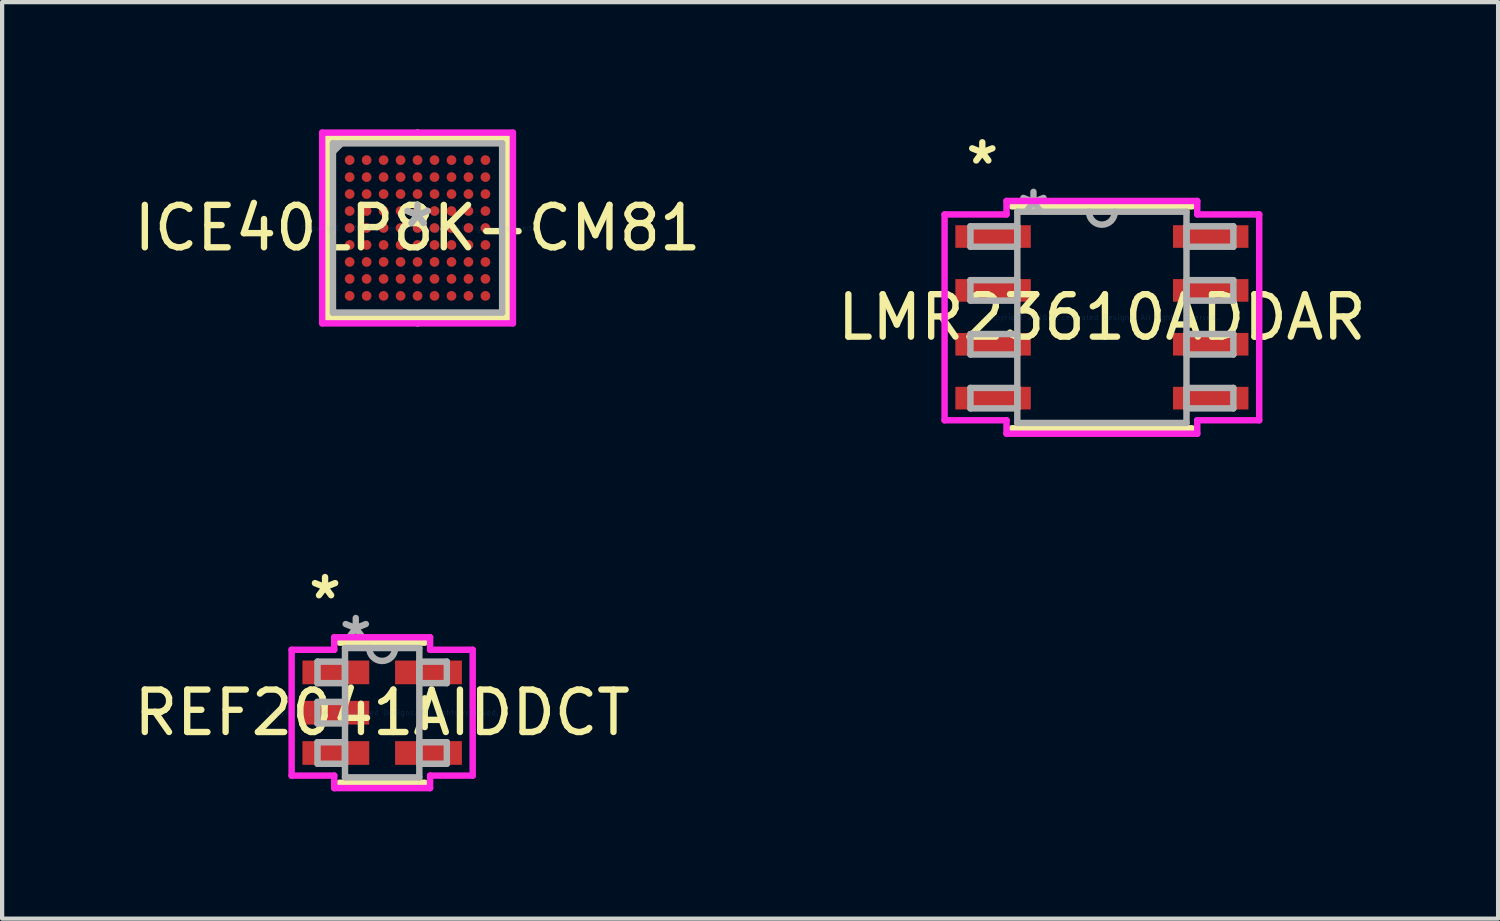
<source format=kicad_pcb>
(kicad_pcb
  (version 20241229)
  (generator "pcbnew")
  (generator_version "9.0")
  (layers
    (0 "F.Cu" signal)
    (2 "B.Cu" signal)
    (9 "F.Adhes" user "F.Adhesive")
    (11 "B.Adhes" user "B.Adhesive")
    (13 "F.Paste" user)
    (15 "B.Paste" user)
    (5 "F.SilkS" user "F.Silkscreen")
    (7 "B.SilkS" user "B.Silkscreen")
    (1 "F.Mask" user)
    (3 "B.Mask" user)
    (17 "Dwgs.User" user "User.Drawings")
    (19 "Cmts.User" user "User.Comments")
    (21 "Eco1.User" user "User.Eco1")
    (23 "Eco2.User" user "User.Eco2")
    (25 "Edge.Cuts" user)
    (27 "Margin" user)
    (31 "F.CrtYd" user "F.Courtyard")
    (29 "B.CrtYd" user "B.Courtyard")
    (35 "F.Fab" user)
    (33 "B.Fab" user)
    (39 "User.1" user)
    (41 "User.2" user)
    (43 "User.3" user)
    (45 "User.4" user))
  (footprint "REF2041AIDDCT"
    (layer "F.Cu")
    (at 5.958 13.749)
    (property "Reference" "REF2041AIDDCT" (at 0 0 0) (layer "F.SilkS") (effects (font (size 1 1) (thickness 0.15))))
    (attr through_hole)
    (fp_line (start -1.003 1.651) (end 1.003 1.651) (stroke (width 0.152) (type solid)) (layer "F.SilkS"))
    (fp_line (start 1.003 -1.651) (end -1.003 -1.651) (stroke (width 0.152) (type solid)) (layer "F.SilkS"))
    (fp_line (start 1.003 0.338) (end 1.003 -0.338) (stroke (width 0.152) (type solid)) (layer "F.SilkS"))
    (fp_line (start -2.134 -1.483) (end -1.13 -1.483) (stroke (width 0.152) (type solid)) (layer "F.CrtYd"))
    (fp_line (start -2.134 1.483) (end -2.134 -1.483) (stroke (width 0.152) (type solid)) (layer "F.CrtYd"))
    (fp_line (start -1.13 -1.778) (end 1.13 -1.778) (stroke (width 0.152) (type solid)) (layer "F.CrtYd"))
    (fp_line (start -1.13 -1.483) (end -1.13 -1.778) (stroke (width 0.152) (type solid)) (layer "F.CrtYd"))
    (fp_line (start -1.13 1.483) (end -2.134 1.483) (stroke (width 0.152) (type solid)) (layer "F.CrtYd"))
    (fp_line (start -1.13 1.778) (end -1.13 1.483) (stroke (width 0.152) (type solid)) (layer "F.CrtYd"))
    (fp_line (start 1.13 -1.778) (end 1.13 -1.483) (stroke (width 0.152) (type solid)) (layer "F.CrtYd"))
    (fp_line (start 1.13 -1.483) (end 2.134 -1.483) (stroke (width 0.152) (type solid)) (layer "F.CrtYd"))
    (fp_line (start 1.13 1.483) (end 1.13 1.778) (stroke (width 0.152) (type solid)) (layer "F.CrtYd"))
    (fp_line (start 1.13 1.778) (end -1.13 1.778) (stroke (width 0.152) (type solid)) (layer "F.CrtYd"))
    (fp_line (start 2.134 -1.483) (end 2.134 1.483) (stroke (width 0.152) (type solid)) (layer "F.CrtYd"))
    (fp_line (start 2.134 1.483) (end 1.13 1.483) (stroke (width 0.152) (type solid)) (layer "F.CrtYd"))
    (fp_line (start -1.524 -1.204) (end -1.524 -0.696) (stroke (width 0.152) (type solid)) (layer "F.Fab"))
    (fp_line (start -1.524 -0.696) (end -0.876 -0.696) (stroke (width 0.152) (type solid)) (layer "F.Fab"))
    (fp_line (start -1.524 -0.254) (end -1.524 0.254) (stroke (width 0.152) (type solid)) (layer "F.Fab"))
    (fp_line (start -1.524 0.254) (end -0.876 0.254) (stroke (width 0.152) (type solid)) (layer "F.Fab"))
    (fp_line (start -1.524 0.696) (end -1.524 1.204) (stroke (width 0.152) (type solid)) (layer "F.Fab"))
    (fp_line (start -1.524 1.204) (end -0.876 1.204) (stroke (width 0.152) (type solid)) (layer "F.Fab"))
    (fp_line (start -0.876 -1.524) (end -0.876 1.524) (stroke (width 0.152) (type solid)) (layer "F.Fab"))
    (fp_line (start -0.876 -1.204) (end -1.524 -1.204) (stroke (width 0.152) (type solid)) (layer "F.Fab"))
    (fp_line (start -0.876 -0.696) (end -0.876 -1.204) (stroke (width 0.152) (type solid)) (layer "F.Fab"))
    (fp_line (start -0.876 -0.254) (end -1.524 -0.254) (stroke (width 0.152) (type solid)) (layer "F.Fab"))
    (fp_line (start -0.876 0.254) (end -0.876 -0.254) (stroke (width 0.152) (type solid)) (layer "F.Fab"))
    (fp_line (start -0.876 0.696) (end -1.524 0.696) (stroke (width 0.152) (type solid)) (layer "F.Fab"))
    (fp_line (start -0.876 1.204) (end -0.876 0.696) (stroke (width 0.152) (type solid)) (layer "F.Fab"))
    (fp_line (start -0.876 1.524) (end 0.876 1.524) (stroke (width 0.152) (type solid)) (layer "F.Fab"))
    (fp_line (start 0.876 -1.524) (end -0.876 -1.524) (stroke (width 0.152) (type solid)) (layer "F.Fab"))
    (fp_line (start 0.876 -1.204) (end 0.876 -0.696) (stroke (width 0.152) (type solid)) (layer "F.Fab"))
    (fp_line (start 0.876 -0.696) (end 1.524 -0.696) (stroke (width 0.152) (type solid)) (layer "F.Fab"))
    (fp_line (start 0.876 0.696) (end 0.876 1.204) (stroke (width 0.152) (type solid)) (layer "F.Fab"))
    (fp_line (start 0.876 1.204) (end 1.524 1.204) (stroke (width 0.152) (type solid)) (layer "F.Fab"))
    (fp_line (start 0.876 1.524) (end 0.876 -1.524) (stroke (width 0.152) (type solid)) (layer "F.Fab"))
    (fp_line (start 1.524 -1.204) (end 0.876 -1.204) (stroke (width 0.152) (type solid)) (layer "F.Fab"))
    (fp_line (start 1.524 -0.696) (end 1.524 -1.204) (stroke (width 0.152) (type solid)) (layer "F.Fab"))
    (fp_line (start 1.524 0.696) (end 0.876 0.696) (stroke (width 0.152) (type solid)) (layer "F.Fab"))
    (fp_line (start 1.524 1.204) (end 1.524 0.696) (stroke (width 0.152) (type solid)) (layer "F.Fab"))
    (fp_arc (start 0.3048 -1.524) (mid 0 -1.2192) (end -0.3048 -1.524) (stroke (width 0.1524) (type solid)) (layer "F.Fab"))
    (fp_text user "*" (at -1.346 -2.652 0) (layer "F.SilkS") (effects (font (size 1 1) (thickness 0.15))))
    (fp_text user "Copyright 2016 Accelerated Designs. All rights reserved." (at 0 0 0) (layer "Cmts.User") (effects (font (size 0.127 0.127) (thickness 0.002))))
    (fp_text user "*" (at -0.622 -1.687 0) (layer "F.Fab") (effects (font (size 1 1) (thickness 0.15))))
    (pad "1" smd rect (at -1.092 -0.95) (size 1.575 0.559) (layers "F.Cu" "F.Mask" "F.Paste"))
    (pad "2" smd rect (at -1.092 0) (size 1.575 0.559) (layers "F.Cu" "F.Mask" "F.Paste"))
    (pad "3" smd rect (at -1.092 0.95) (size 1.575 0.559) (layers "F.Cu" "F.Mask" "F.Paste"))
    (pad "4" smd rect (at 1.092 0.95) (size 1.575 0.559) (layers "F.Cu" "F.Mask" "F.Paste"))
    (pad "5" smd rect (at 1.092 -0.95) (size 1.575 0.559) (layers "F.Cu" "F.Mask" "F.Paste")))
  (footprint "ICE40LP8K-CM81"
    (layer "F.Cu")
    (at 6.792 2.324)
    (property "Reference" "ICE40LP8K-CM81" (at 0 0 0) (layer "F.SilkS") (effects (font (size 1 1) (thickness 0.15))))
    (attr through_hole)
    (fp_line (start -2.121 -2.121) (end -2.121 2.121) (stroke (width 0.152) (type solid)) (layer "F.SilkS"))
    (fp_line (start -2.121 2.121) (end 2.121 2.121) (stroke (width 0.152) (type solid)) (layer "F.SilkS"))
    (fp_line (start -2.047 0) (end -2.248 0) (stroke (width 0.152) (type solid)) (layer "F.SilkS"))
    (fp_line (start 0 -2.047) (end 0 -2.248) (stroke (width 0.152) (type solid)) (layer "F.SilkS"))
    (fp_line (start 0 2.047) (end 0 2.248) (stroke (width 0.152) (type solid)) (layer "F.SilkS"))
    (fp_line (start 2.047 0) (end 2.248 0) (stroke (width 0.152) (type solid)) (layer "F.SilkS"))
    (fp_line (start 2.121 -2.121) (end -2.121 -2.121) (stroke (width 0.152) (type solid)) (layer "F.SilkS"))
    (fp_line (start 2.121 2.121) (end 2.121 -2.121) (stroke (width 0.152) (type solid)) (layer "F.SilkS"))
    (fp_line (start -2.248 -2.248) (end 2.248 -2.248) (stroke (width 0.152) (type solid)) (layer "F.CrtYd"))
    (fp_line (start -2.248 2.248) (end -2.248 -2.248) (stroke (width 0.152) (type solid)) (layer "F.CrtYd"))
    (fp_line (start 2.248 -2.248) (end 2.248 2.248) (stroke (width 0.152) (type solid)) (layer "F.CrtYd"))
    (fp_line (start 2.248 2.248) (end -2.248 2.248) (stroke (width 0.152) (type solid)) (layer "F.CrtYd"))
    (fp_line (start -1.994 -1.994) (end -1.994 1.994) (stroke (width 0.152) (type solid)) (layer "F.Fab"))
    (fp_line (start -1.994 1.994) (end 1.994 1.994) (stroke (width 0.152) (type solid)) (layer "F.Fab"))
    (fp_line (start -1.794 -1.994) (end -1.994 -1.794) (stroke (width 0.152) (type solid)) (layer "F.Fab"))
    (fp_line (start 1.994 -1.994) (end -1.994 -1.994) (stroke (width 0.152) (type solid)) (layer "F.Fab"))
    (fp_line (start 1.994 1.994) (end 1.994 -1.994) (stroke (width 0.152) (type solid)) (layer "F.Fab"))
    (fp_text user "*" (at 0 0 0) (layer "F.SilkS") (effects (font (size 1 1) (thickness 0.15))))
    (fp_text user "Copyright 2016 Accelerated Designs. All rights reserved." (at 0 0 0) (layer "Cmts.User") (effects (font (size 0.127 0.127) (thickness 0.002))))
    (fp_text user "*" (at 0 0 0) (layer "F.Fab") (effects (font (size 1 1) (thickness 0.15))))
    (pad "A1" smd circle (at -1.6 -1.6) (size 0.229 0.229) (layers "F.Cu" "F.Mask" "F.Paste"))
    (pad "A2" smd circle (at -1.2 -1.6) (size 0.229 0.229) (layers "F.Cu" "F.Mask" "F.Paste"))
    (pad "A3" smd circle (at -0.8 -1.6) (size 0.229 0.229) (layers "F.Cu" "F.Mask" "F.Paste"))
    (pad "A4" smd circle (at -0.4 -1.6) (size 0.229 0.229) (layers "F.Cu" "F.Mask" "F.Paste"))
    (pad "A5" smd circle (at 0 -1.6) (size 0.229 0.229) (layers "F.Cu" "F.Mask" "F.Paste"))
    (pad "A6" smd circle (at 0.4 -1.6) (size 0.229 0.229) (layers "F.Cu" "F.Mask" "F.Paste"))
    (pad "A7" smd circle (at 0.8 -1.6) (size 0.229 0.229) (layers "F.Cu" "F.Mask" "F.Paste"))
    (pad "A8" smd circle (at 1.2 -1.6) (size 0.229 0.229) (layers "F.Cu" "F.Mask" "F.Paste"))
    (pad "A9" smd circle (at 1.6 -1.6) (size 0.229 0.229) (layers "F.Cu" "F.Mask" "F.Paste"))
    (pad "B1" smd circle (at -1.6 -1.2) (size 0.229 0.229) (layers "F.Cu" "F.Mask" "F.Paste"))
    (pad "B2" smd circle (at -1.2 -1.2) (size 0.229 0.229) (layers "F.Cu" "F.Mask" "F.Paste"))
    (pad "B3" smd circle (at -0.8 -1.2) (size 0.229 0.229) (layers "F.Cu" "F.Mask" "F.Paste"))
    (pad "B4" smd circle (at -0.4 -1.2) (size 0.229 0.229) (layers "F.Cu" "F.Mask" "F.Paste"))
    (pad "B5" smd circle (at 0 -1.2) (size 0.229 0.229) (layers "F.Cu" "F.Mask" "F.Paste"))
    (pad "B6" smd circle (at 0.4 -1.2) (size 0.229 0.229) (layers "F.Cu" "F.Mask" "F.Paste"))
    (pad "B7" smd circle (at 0.8 -1.2) (size 0.229 0.229) (layers "F.Cu" "F.Mask" "F.Paste"))
    (pad "B8" smd circle (at 1.2 -1.2) (size 0.229 0.229) (layers "F.Cu" "F.Mask" "F.Paste"))
    (pad "B9" smd circle (at 1.6 -1.2) (size 0.229 0.229) (layers "F.Cu" "F.Mask" "F.Paste"))
    (pad "C1" smd circle (at -1.6 -0.8) (size 0.229 0.229) (layers "F.Cu" "F.Mask" "F.Paste"))
    (pad "C2" smd circle (at -1.2 -0.8) (size 0.229 0.229) (layers "F.Cu" "F.Mask" "F.Paste"))
    (pad "C3" smd circle (at -0.8 -0.8) (size 0.229 0.229) (layers "F.Cu" "F.Mask" "F.Paste"))
    (pad "C4" smd circle (at -0.4 -0.8) (size 0.229 0.229) (layers "F.Cu" "F.Mask" "F.Paste"))
    (pad "C5" smd circle (at 0 -0.8) (size 0.229 0.229) (layers "F.Cu" "F.Mask" "F.Paste"))
    (pad "C6" smd circle (at 0.4 -0.8) (size 0.229 0.229) (layers "F.Cu" "F.Mask" "F.Paste"))
    (pad "C7" smd circle (at 0.8 -0.8) (size 0.229 0.229) (layers "F.Cu" "F.Mask" "F.Paste"))
    (pad "C8" smd circle (at 1.2 -0.8) (size 0.229 0.229) (layers "F.Cu" "F.Mask" "F.Paste"))
    (pad "C9" smd circle (at 1.6 -0.8) (size 0.229 0.229) (layers "F.Cu" "F.Mask" "F.Paste"))
    (pad "D1" smd circle (at -1.6 -0.4) (size 0.229 0.229) (layers "F.Cu" "F.Mask" "F.Paste"))
    (pad "D2" smd circle (at -1.2 -0.4) (size 0.229 0.229) (layers "F.Cu" "F.Mask" "F.Paste"))
    (pad "D3" smd circle (at -0.8 -0.4) (size 0.229 0.229) (layers "F.Cu" "F.Mask" "F.Paste"))
    (pad "D4" smd circle (at -0.4 -0.4) (size 0.229 0.229) (layers "F.Cu" "F.Mask" "F.Paste"))
    (pad "D5" smd circle (at 0 -0.4) (size 0.229 0.229) (layers "F.Cu" "F.Mask" "F.Paste"))
    (pad "D6" smd circle (at 0.4 -0.4) (size 0.229 0.229) (layers "F.Cu" "F.Mask" "F.Paste"))
    (pad "D7" smd circle (at 0.8 -0.4) (size 0.229 0.229) (layers "F.Cu" "F.Mask" "F.Paste"))
    (pad "D8" smd circle (at 1.2 -0.4) (size 0.229 0.229) (layers "F.Cu" "F.Mask" "F.Paste"))
    (pad "D9" smd circle (at 1.6 -0.4) (size 0.229 0.229) (layers "F.Cu" "F.Mask" "F.Paste"))
    (pad "E1" smd circle (at -1.6 0) (size 0.229 0.229) (layers "F.Cu" "F.Mask" "F.Paste"))
    (pad "E2" smd circle (at -1.2 0) (size 0.229 0.229) (layers "F.Cu" "F.Mask" "F.Paste"))
    (pad "E3" smd circle (at -0.8 0) (size 0.229 0.229) (layers "F.Cu" "F.Mask" "F.Paste"))
    (pad "E4" smd circle (at -0.4 0) (size 0.229 0.229) (layers "F.Cu" "F.Mask" "F.Paste"))
    (pad "E5" smd circle (at 0 0) (size 0.229 0.229) (layers "F.Cu" "F.Mask" "F.Paste"))
    (pad "E6" smd circle (at 0.4 0) (size 0.229 0.229) (layers "F.Cu" "F.Mask" "F.Paste"))
    (pad "E7" smd circle (at 0.8 0) (size 0.229 0.229) (layers "F.Cu" "F.Mask" "F.Paste"))
    (pad "E8" smd circle (at 1.2 0) (size 0.229 0.229) (layers "F.Cu" "F.Mask" "F.Paste"))
    (pad "E9" smd circle (at 1.6 0) (size 0.229 0.229) (layers "F.Cu" "F.Mask" "F.Paste"))
    (pad "F1" smd circle (at -1.6 0.4) (size 0.229 0.229) (layers "F.Cu" "F.Mask" "F.Paste"))
    (pad "F2" smd circle (at -1.2 0.4) (size 0.229 0.229) (layers "F.Cu" "F.Mask" "F.Paste"))
    (pad "F3" smd circle (at -0.8 0.4) (size 0.229 0.229) (layers "F.Cu" "F.Mask" "F.Paste"))
    (pad "F4" smd circle (at -0.4 0.4) (size 0.229 0.229) (layers "F.Cu" "F.Mask" "F.Paste"))
    (pad "F5" smd circle (at 0 0.4) (size 0.229 0.229) (layers "F.Cu" "F.Mask" "F.Paste"))
    (pad "F6" smd circle (at 0.4 0.4) (size 0.229 0.229) (layers "F.Cu" "F.Mask" "F.Paste"))
    (pad "F7" smd circle (at 0.8 0.4) (size 0.229 0.229) (layers "F.Cu" "F.Mask" "F.Paste"))
    (pad "F8" smd circle (at 1.2 0.4) (size 0.229 0.229) (layers "F.Cu" "F.Mask" "F.Paste"))
    (pad "F9" smd circle (at 1.6 0.4) (size 0.229 0.229) (layers "F.Cu" "F.Mask" "F.Paste"))
    (pad "G1" smd circle (at -1.6 0.8) (size 0.229 0.229) (layers "F.Cu" "F.Mask" "F.Paste"))
    (pad "G2" smd circle (at -1.2 0.8) (size 0.229 0.229) (layers "F.Cu" "F.Mask" "F.Paste"))
    (pad "G3" smd circle (at -0.8 0.8) (size 0.229 0.229) (layers "F.Cu" "F.Mask" "F.Paste"))
    (pad "G4" smd circle (at -0.4 0.8) (size 0.229 0.229) (layers "F.Cu" "F.Mask" "F.Paste"))
    (pad "G5" smd circle (at 0 0.8) (size 0.229 0.229) (layers "F.Cu" "F.Mask" "F.Paste"))
    (pad "G6" smd circle (at 0.4 0.8) (size 0.229 0.229) (layers "F.Cu" "F.Mask" "F.Paste"))
    (pad "G7" smd circle (at 0.8 0.8) (size 0.229 0.229) (layers "F.Cu" "F.Mask" "F.Paste"))
    (pad "G8" smd circle (at 1.2 0.8) (size 0.229 0.229) (layers "F.Cu" "F.Mask" "F.Paste"))
    (pad "G9" smd circle (at 1.6 0.8) (size 0.229 0.229) (layers "F.Cu" "F.Mask" "F.Paste"))
    (pad "H1" smd circle (at -1.6 1.2) (size 0.229 0.229) (layers "F.Cu" "F.Mask" "F.Paste"))
    (pad "H2" smd circle (at -1.2 1.2) (size 0.229 0.229) (layers "F.Cu" "F.Mask" "F.Paste"))
    (pad "H3" smd circle (at -0.8 1.2) (size 0.229 0.229) (layers "F.Cu" "F.Mask" "F.Paste"))
    (pad "H4" smd circle (at -0.4 1.2) (size 0.229 0.229) (layers "F.Cu" "F.Mask" "F.Paste"))
    (pad "H5" smd circle (at 0 1.2) (size 0.229 0.229) (layers "F.Cu" "F.Mask" "F.Paste"))
    (pad "H6" smd circle (at 0.4 1.2) (size 0.229 0.229) (layers "F.Cu" "F.Mask" "F.Paste"))
    (pad "H7" smd circle (at 0.8 1.2) (size 0.229 0.229) (layers "F.Cu" "F.Mask" "F.Paste"))
    (pad "H8" smd circle (at 1.2 1.2) (size 0.229 0.229) (layers "F.Cu" "F.Mask" "F.Paste"))
    (pad "H9" smd circle (at 1.6 1.2) (size 0.229 0.229) (layers "F.Cu" "F.Mask" "F.Paste"))
    (pad "J1" smd circle (at -1.6 1.6) (size 0.229 0.229) (layers "F.Cu" "F.Mask" "F.Paste"))
    (pad "J2" smd circle (at -1.2 1.6) (size 0.229 0.229) (layers "F.Cu" "F.Mask" "F.Paste"))
    (pad "J3" smd circle (at -0.8 1.6) (size 0.229 0.229) (layers "F.Cu" "F.Mask" "F.Paste"))
    (pad "J4" smd circle (at -0.4 1.6) (size 0.229 0.229) (layers "F.Cu" "F.Mask" "F.Paste"))
    (pad "J5" smd circle (at 0 1.6) (size 0.229 0.229) (layers "F.Cu" "F.Mask" "F.Paste"))
    (pad "J6" smd circle (at 0.4 1.6) (size 0.229 0.229) (layers "F.Cu" "F.Mask" "F.Paste"))
    (pad "J7" smd circle (at 0.8 1.6) (size 0.229 0.229) (layers "F.Cu" "F.Mask" "F.Paste"))
    (pad "J8" smd circle (at 1.2 1.6) (size 0.229 0.229) (layers "F.Cu" "F.Mask" "F.Paste"))
    (pad "J9" smd circle (at 1.6 1.6) (size 0.229 0.229) (layers "F.Cu" "F.Mask" "F.Paste")))
  (footprint "LMR23610ADDAR"
    (layer "F.Cu")
    (at 22.923 4.43)
    (property "Reference" "LMR23610ADDAR" (at 0 0 0) (layer "F.SilkS") (effects (font (size 1 1) (thickness 0.15))))
    (attr through_hole)
    (fp_line (start -2.121 2.616) (end 2.121 2.616) (stroke (width 0.152) (type solid)) (layer "F.SilkS"))
    (fp_line (start 2.121 -2.616) (end -2.121 -2.616) (stroke (width 0.152) (type solid)) (layer "F.SilkS"))
    (fp_line (start -3.708 -2.426) (end -2.248 -2.426) (stroke (width 0.152) (type solid)) (layer "F.CrtYd"))
    (fp_line (start -3.708 2.426) (end -3.708 -2.426) (stroke (width 0.152) (type solid)) (layer "F.CrtYd"))
    (fp_line (start -2.248 -2.743) (end 2.248 -2.743) (stroke (width 0.152) (type solid)) (layer "F.CrtYd"))
    (fp_line (start -2.248 -2.426) (end -2.248 -2.743) (stroke (width 0.152) (type solid)) (layer "F.CrtYd"))
    (fp_line (start -2.248 2.426) (end -3.708 2.426) (stroke (width 0.152) (type solid)) (layer "F.CrtYd"))
    (fp_line (start -2.248 2.743) (end -2.248 2.426) (stroke (width 0.152) (type solid)) (layer "F.CrtYd"))
    (fp_line (start 2.248 -2.743) (end 2.248 -2.426) (stroke (width 0.152) (type solid)) (layer "F.CrtYd"))
    (fp_line (start 2.248 -2.426) (end 3.708 -2.426) (stroke (width 0.152) (type solid)) (layer "F.CrtYd"))
    (fp_line (start 2.248 2.426) (end 2.248 2.743) (stroke (width 0.152) (type solid)) (layer "F.CrtYd"))
    (fp_line (start 2.248 2.743) (end -2.248 2.743) (stroke (width 0.152) (type solid)) (layer "F.CrtYd"))
    (fp_line (start 3.708 -2.426) (end 3.708 2.426) (stroke (width 0.152) (type solid)) (layer "F.CrtYd"))
    (fp_line (start 3.708 2.426) (end 2.248 2.426) (stroke (width 0.152) (type solid)) (layer "F.CrtYd"))
    (fp_line (start -3.099 -2.146) (end -3.099 -1.664) (stroke (width 0.152) (type solid)) (layer "F.Fab"))
    (fp_line (start -3.099 -1.664) (end -1.994 -1.664) (stroke (width 0.152) (type solid)) (layer "F.Fab"))
    (fp_line (start -3.099 -0.876) (end -3.099 -0.394) (stroke (width 0.152) (type solid)) (layer "F.Fab"))
    (fp_line (start -3.099 -0.394) (end -1.994 -0.394) (stroke (width 0.152) (type solid)) (layer "F.Fab"))
    (fp_line (start -3.099 0.394) (end -3.099 0.876) (stroke (width 0.152) (type solid)) (layer "F.Fab"))
    (fp_line (start -3.099 0.876) (end -1.994 0.876) (stroke (width 0.152) (type solid)) (layer "F.Fab"))
    (fp_line (start -3.099 1.664) (end -3.099 2.146) (stroke (width 0.152) (type solid)) (layer "F.Fab"))
    (fp_line (start -3.099 2.146) (end -1.994 2.146) (stroke (width 0.152) (type solid)) (layer "F.Fab"))
    (fp_line (start -1.994 -2.489) (end -1.994 2.489) (stroke (width 0.152) (type solid)) (layer "F.Fab"))
    (fp_line (start -1.994 -2.146) (end -3.099 -2.146) (stroke (width 0.152) (type solid)) (layer "F.Fab"))
    (fp_line (start -1.994 -1.664) (end -1.994 -2.146) (stroke (width 0.152) (type solid)) (layer "F.Fab"))
    (fp_line (start -1.994 -0.876) (end -3.099 -0.876) (stroke (width 0.152) (type solid)) (layer "F.Fab"))
    (fp_line (start -1.994 -0.394) (end -1.994 -0.876) (stroke (width 0.152) (type solid)) (layer "F.Fab"))
    (fp_line (start -1.994 0.394) (end -3.099 0.394) (stroke (width 0.152) (type solid)) (layer "F.Fab"))
    (fp_line (start -1.994 0.876) (end -1.994 0.394) (stroke (width 0.152) (type solid)) (layer "F.Fab"))
    (fp_line (start -1.994 1.664) (end -3.099 1.664) (stroke (width 0.152) (type solid)) (layer "F.Fab"))
    (fp_line (start -1.994 2.146) (end -1.994 1.664) (stroke (width 0.152) (type solid)) (layer "F.Fab"))
    (fp_line (start -1.994 2.489) (end 1.994 2.489) (stroke (width 0.152) (type solid)) (layer "F.Fab"))
    (fp_line (start 1.994 -2.489) (end -1.994 -2.489) (stroke (width 0.152) (type solid)) (layer "F.Fab"))
    (fp_line (start 1.994 -2.146) (end 1.994 -1.664) (stroke (width 0.152) (type solid)) (layer "F.Fab"))
    (fp_line (start 1.994 -1.664) (end 3.099 -1.664) (stroke (width 0.152) (type solid)) (layer "F.Fab"))
    (fp_line (start 1.994 -0.876) (end 1.994 -0.394) (stroke (width 0.152) (type solid)) (layer "F.Fab"))
    (fp_line (start 1.994 -0.394) (end 3.099 -0.394) (stroke (width 0.152) (type solid)) (layer "F.Fab"))
    (fp_line (start 1.994 0.394) (end 1.994 0.876) (stroke (width 0.152) (type solid)) (layer "F.Fab"))
    (fp_line (start 1.994 0.876) (end 3.099 0.876) (stroke (width 0.152) (type solid)) (layer "F.Fab"))
    (fp_line (start 1.994 1.664) (end 1.994 2.146) (stroke (width 0.152) (type solid)) (layer "F.Fab"))
    (fp_line (start 1.994 2.146) (end 3.099 2.146) (stroke (width 0.152) (type solid)) (layer "F.Fab"))
    (fp_line (start 1.994 2.489) (end 1.994 -2.489) (stroke (width 0.152) (type solid)) (layer "F.Fab"))
    (fp_line (start 3.099 -2.146) (end 1.994 -2.146) (stroke (width 0.152) (type solid)) (layer "F.Fab"))
    (fp_line (start 3.099 -1.664) (end 3.099 -2.146) (stroke (width 0.152) (type solid)) (layer "F.Fab"))
    (fp_line (start 3.099 -0.876) (end 1.994 -0.876) (stroke (width 0.152) (type solid)) (layer "F.Fab"))
    (fp_line (start 3.099 -0.394) (end 3.099 -0.876) (stroke (width 0.152) (type solid)) (layer "F.Fab"))
    (fp_line (start 3.099 0.394) (end 1.994 0.394) (stroke (width 0.152) (type solid)) (layer "F.Fab"))
    (fp_line (start 3.099 0.876) (end 3.099 0.394) (stroke (width 0.152) (type solid)) (layer "F.Fab"))
    (fp_line (start 3.099 1.664) (end 1.994 1.664) (stroke (width 0.152) (type solid)) (layer "F.Fab"))
    (fp_line (start 3.099 2.146) (end 3.099 1.664) (stroke (width 0.152) (type solid)) (layer "F.Fab"))
    (fp_arc (start 0.3048 -2.4892) (mid 0 -2.1844) (end -0.3048 -2.4892) (stroke (width 0.1524) (type solid)) (layer "F.Fab"))
    (fp_text user "*" (at -2.819 -3.581 0) (layer "F.SilkS") (effects (font (size 1 1) (thickness 0.15))))
    (fp_text user "Copyright 2016 Accelerated Designs. All rights reserved." (at 0 0 0) (layer "Cmts.User") (effects (font (size 0.127 0.127) (thickness 0.002))))
    (fp_text user "*" (at -1.613 -2.413 0) (layer "F.Fab") (effects (font (size 1 1) (thickness 0.15))))
    (pad "1" smd rect (at -2.565 -1.905) (size 1.778 0.533) (layers "F.Cu" "F.Mask" "F.Paste"))
    (pad "2" smd rect (at -2.565 -0.635) (size 1.778 0.533) (layers "F.Cu" "F.Mask" "F.Paste"))
    (pad "3" smd rect (at -2.565 0.635) (size 1.778 0.533) (layers "F.Cu" "F.Mask" "F.Paste"))
    (pad "4" smd rect (at -2.565 1.905) (size 1.778 0.533) (layers "F.Cu" "F.Mask" "F.Paste"))
    (pad "5" smd rect (at 2.565 1.905) (size 1.778 0.533) (layers "F.Cu" "F.Mask" "F.Paste"))
    (pad "6" smd rect (at 2.565 0.635) (size 1.778 0.533) (layers "F.Cu" "F.Mask" "F.Paste"))
    (pad "7" smd rect (at 2.565 -0.635) (size 1.778 0.533) (layers "F.Cu" "F.Mask" "F.Paste"))
    (pad "8" smd rect (at 2.565 -1.905) (size 1.778 0.533) (layers "F.Cu" "F.Mask" "F.Paste")))
  (gr_rect
    (start -3 -3)
    (end 32.262 18.603)
    (stroke (width 0.1) (type default))
    (fill no)
    (layer "Edge.Cuts")))
</source>
